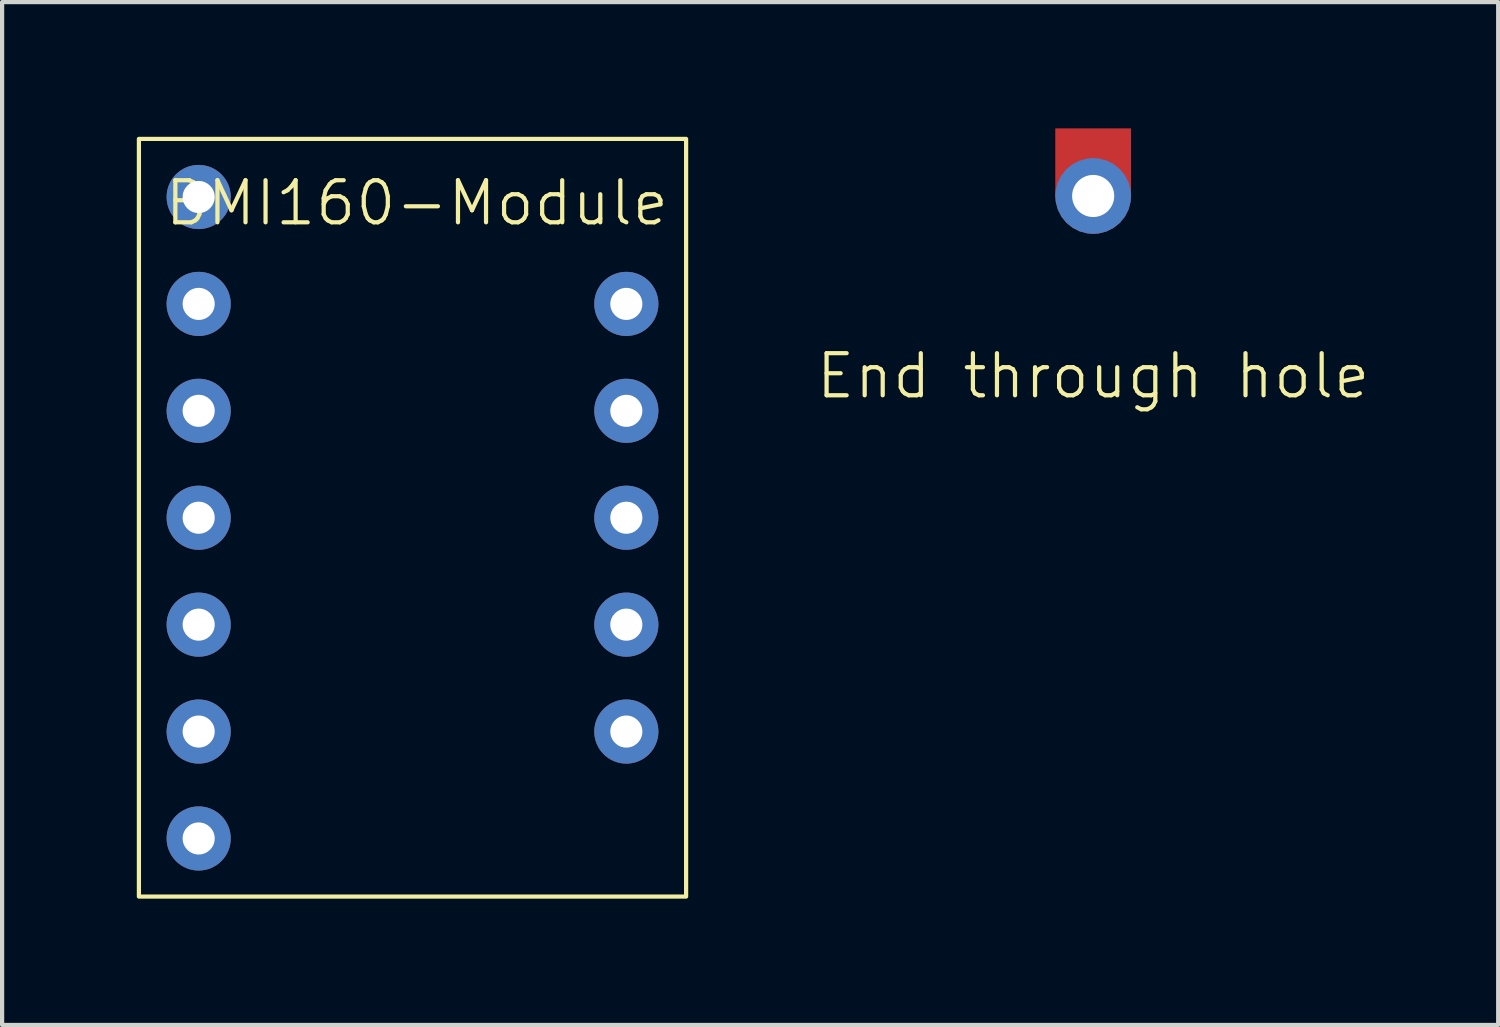
<source format=kicad_pcb>
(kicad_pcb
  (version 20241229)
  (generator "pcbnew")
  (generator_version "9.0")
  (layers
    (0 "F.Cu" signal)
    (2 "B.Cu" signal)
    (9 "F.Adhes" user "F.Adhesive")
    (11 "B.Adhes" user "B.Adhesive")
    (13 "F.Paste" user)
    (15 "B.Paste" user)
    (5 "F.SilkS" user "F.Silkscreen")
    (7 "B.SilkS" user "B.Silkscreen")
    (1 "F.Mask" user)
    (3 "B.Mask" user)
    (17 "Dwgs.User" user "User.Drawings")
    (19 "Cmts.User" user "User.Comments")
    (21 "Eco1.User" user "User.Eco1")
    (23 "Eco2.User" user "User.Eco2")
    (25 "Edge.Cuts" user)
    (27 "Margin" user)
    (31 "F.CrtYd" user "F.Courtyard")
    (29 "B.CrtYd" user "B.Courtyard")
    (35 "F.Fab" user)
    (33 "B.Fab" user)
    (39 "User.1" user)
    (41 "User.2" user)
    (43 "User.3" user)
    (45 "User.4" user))
  (footprint "BMI160-Module"
    (layer "F.Cu")
    (at 0.25 0.25)
    (property "Reference" "BMI160-Module" (at 6.604 1.524 0) (unlocked yes) (layer "F.SilkS") (effects (font (size 1 1) (thickness 0.1))))
    (attr through_hole)
    (fp_rect (start 0 18) (end 13 0) (stroke (width 0.1) (type default)) (fill no) (layer "F.SilkS"))
    (pad "1" thru_hole circle (at 1.42 1.38 90) (size 1.524 1.524) (drill 0.762) (layers "*.Cu" "*.Mask"))
    (pad "2" thru_hole circle (at 1.42 3.92 90) (size 1.524 1.524) (drill 0.762) (layers "*.Cu" "*.Mask"))
    (pad "3" thru_hole circle (at 1.42 6.46 90) (size 1.524 1.524) (drill 0.762) (layers "*.Cu" "*.Mask"))
    (pad "4" thru_hole circle (at 1.42 9 90) (size 1.524 1.524) (drill 0.762) (layers "*.Cu" "*.Mask"))
    (pad "5" thru_hole circle (at 1.42 11.54 90) (size 1.524 1.524) (drill 0.762) (layers "*.Cu" "*.Mask"))
    (pad "6" thru_hole circle (at 1.42 14.08 90) (size 1.524 1.524) (drill 0.762) (layers "*.Cu" "*.Mask"))
    (pad "7" thru_hole circle (at 1.42 16.62 90) (size 1.524 1.524) (drill 0.762) (layers "*.Cu" "*.Mask"))
    (pad "8" thru_hole circle (at 11.58 3.92 90) (size 1.524 1.524) (drill 0.762) (layers "*.Cu" "*.Mask"))
    (pad "9" thru_hole circle (at 11.58 6.46 90) (size 1.524 1.524) (drill 0.762) (layers "*.Cu" "*.Mask"))
    (pad "10" thru_hole circle (at 11.58 9 90) (size 1.524 1.524) (drill 0.762) (layers "*.Cu" "*.Mask"))
    (pad "11" thru_hole circle (at 11.58 11.54 90) (size 1.524 1.524) (drill 0.762) (layers "*.Cu" "*.Mask"))
    (pad "12" thru_hole circle (at 11.58 14.08 90) (size 1.524 1.524) (drill 0.762) (layers "*.Cu" "*.Mask")))
  (footprint "End through hole"
    (layer "F.Cu")
    (at 22.921 0.803)
    (property "Reference" "End through hole" (at 0 5.08 0) (unlocked yes) (layer "F.SilkS") (effects (font (size 1 1) (thickness 0.1))))
    (attr smd)
    (pad "1" smd rect (at 0 0) (size 1.8 1.606) (layers "F.Cu" "F.Mask" "F.Paste"))
    (pad "1" thru_hole roundrect (at 0 0.803) (size 1.8 1.8) (drill 1) (layers "*.Cu" "*.Mask" "F.Paste") (roundrect_rratio 0.5)))
  (gr_rect
    (start -3 -3)
    (end 32.543 21.3)
    (stroke (width 0.1) (type default))
    (fill no)
    (layer "Edge.Cuts")))
</source>
